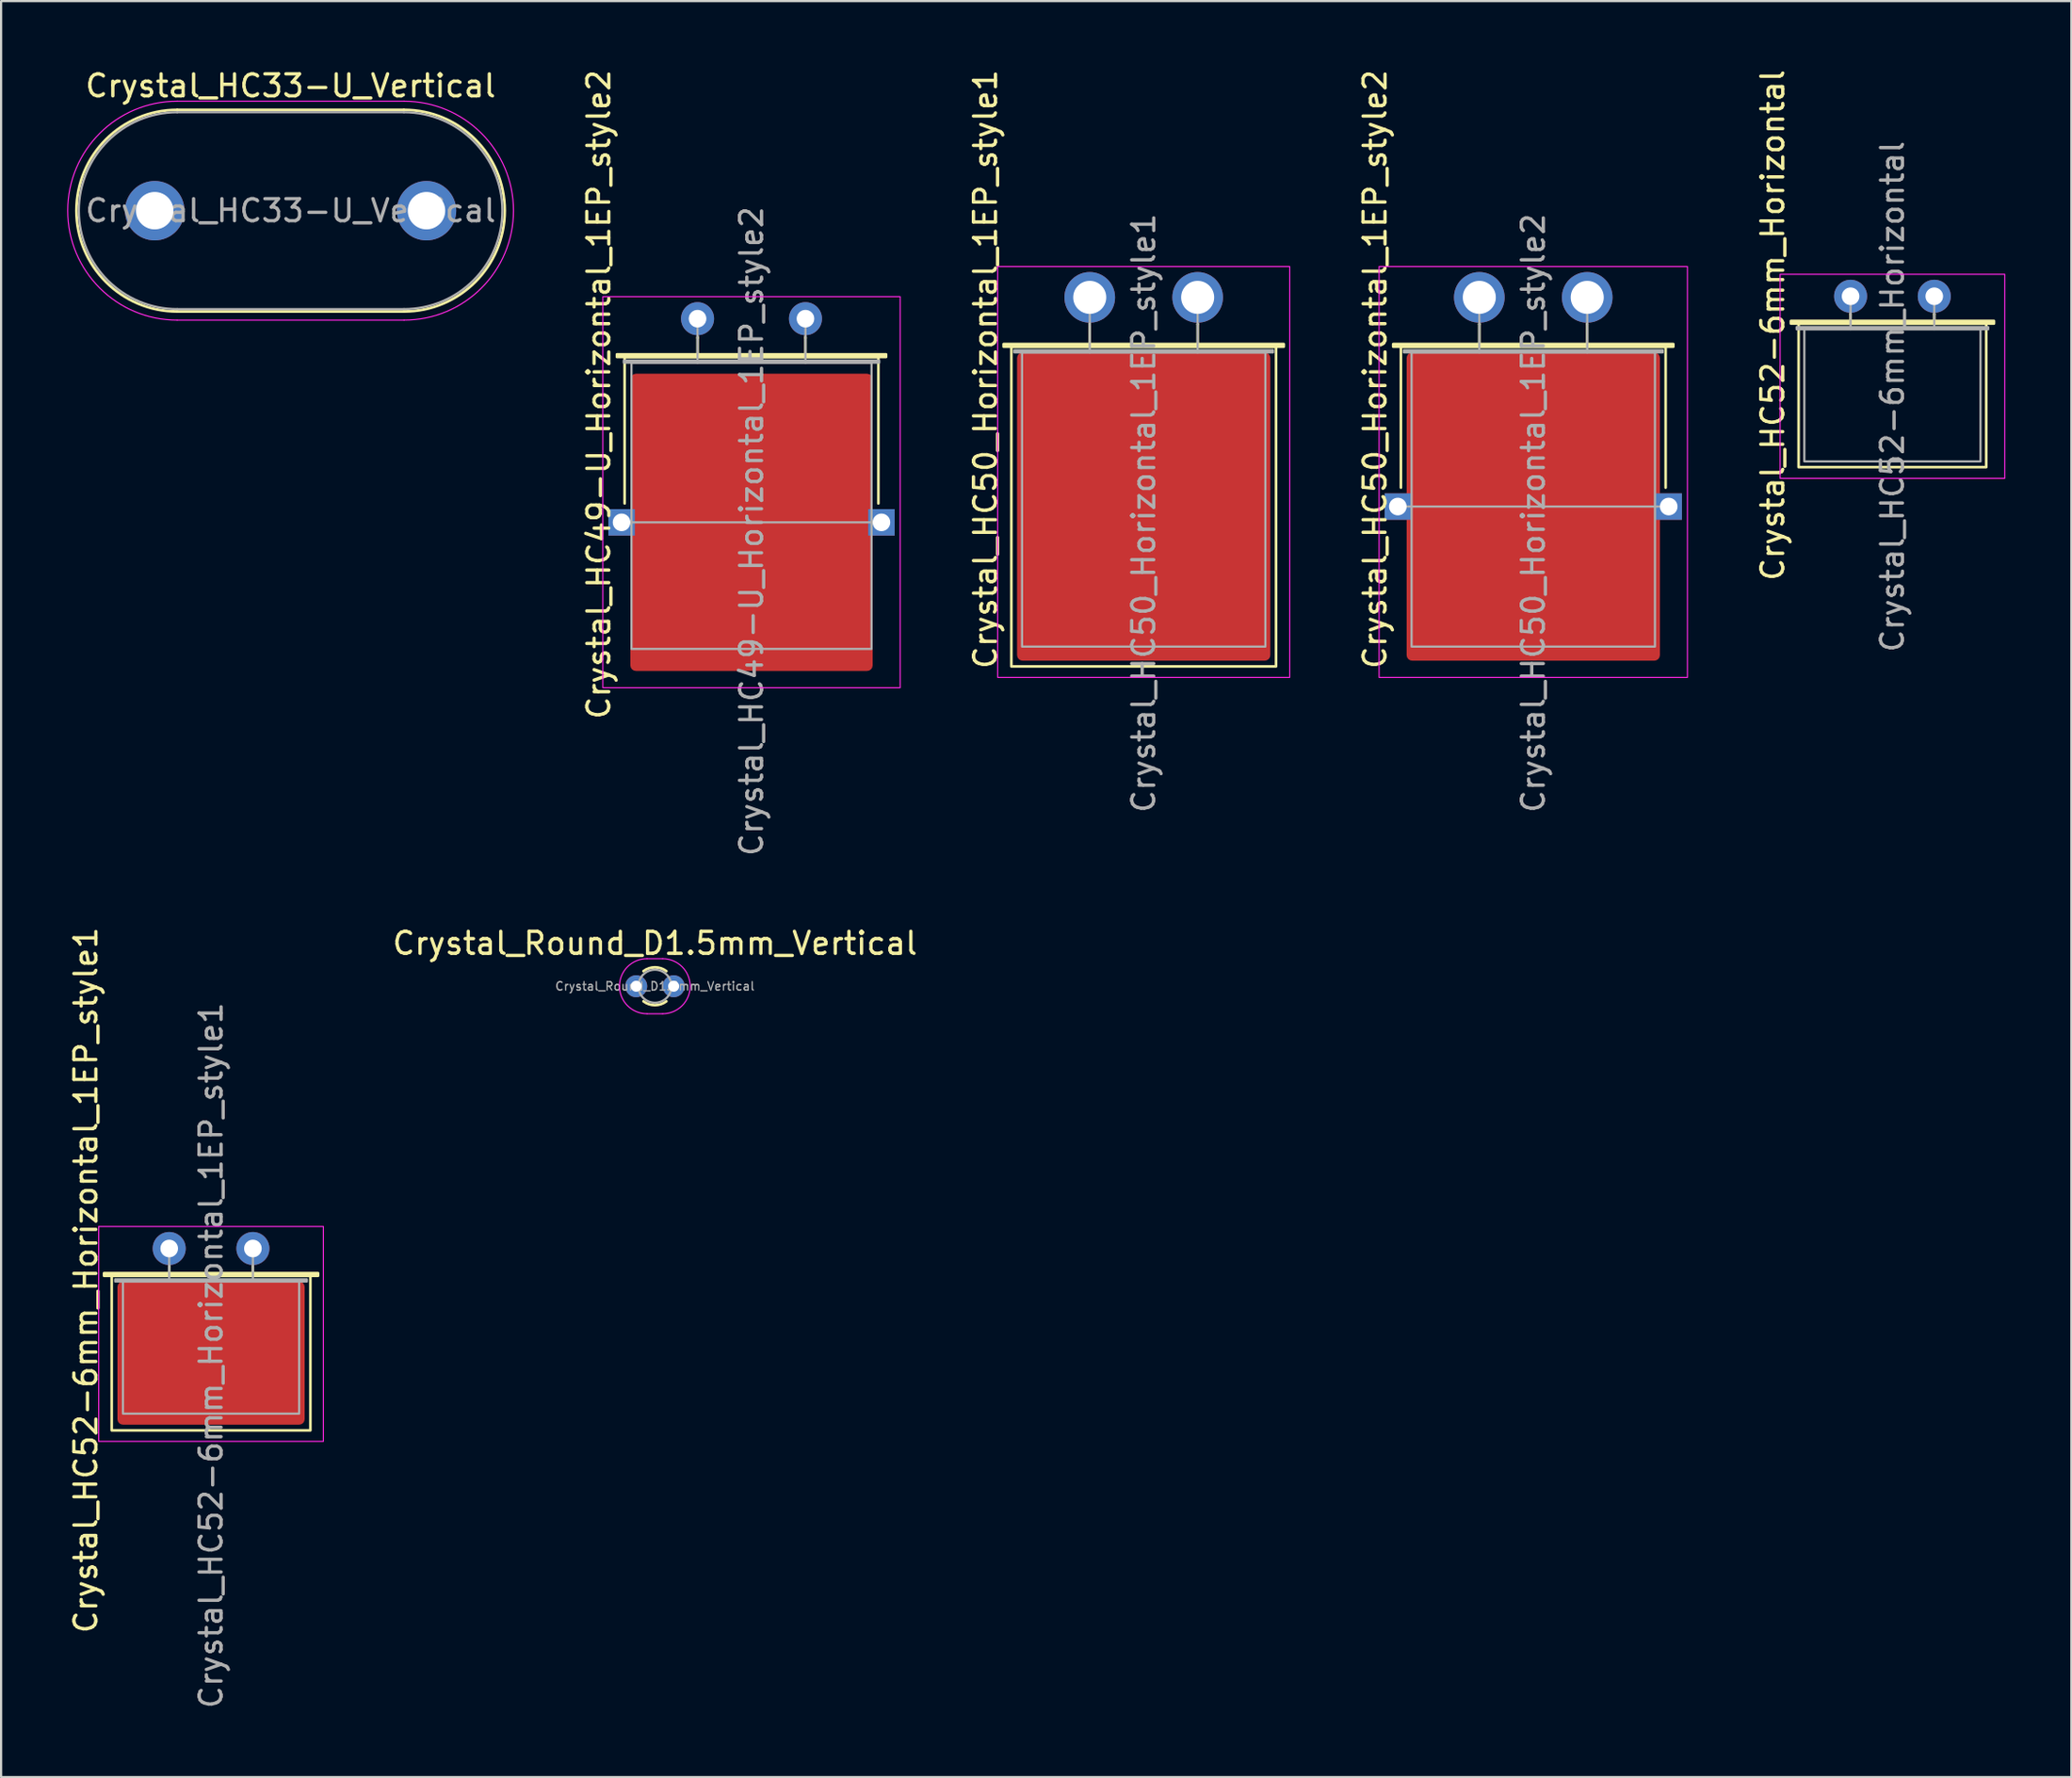
<source format=kicad_pcb>
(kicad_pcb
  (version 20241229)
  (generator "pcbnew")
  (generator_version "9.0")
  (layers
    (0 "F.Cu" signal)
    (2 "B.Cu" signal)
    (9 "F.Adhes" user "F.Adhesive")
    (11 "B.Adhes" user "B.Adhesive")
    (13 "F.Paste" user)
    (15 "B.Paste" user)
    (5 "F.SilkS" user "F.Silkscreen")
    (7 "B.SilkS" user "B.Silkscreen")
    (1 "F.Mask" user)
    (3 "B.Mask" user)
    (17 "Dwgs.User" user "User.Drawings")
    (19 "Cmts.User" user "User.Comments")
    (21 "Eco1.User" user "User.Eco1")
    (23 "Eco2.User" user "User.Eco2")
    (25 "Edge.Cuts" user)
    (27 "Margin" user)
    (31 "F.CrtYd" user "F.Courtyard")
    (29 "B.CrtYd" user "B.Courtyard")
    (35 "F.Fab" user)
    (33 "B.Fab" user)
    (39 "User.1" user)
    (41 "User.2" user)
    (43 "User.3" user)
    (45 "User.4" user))
  (footprint "Crystal_HC52-6mm_Horizontal"
    (layer "F.Cu")
    (at 80.978 10.405)
    (property "Reference" "Crystal_HC52-6mm_Horizontal" (at -3.535 1.315 90) (layer "F.SilkS") (effects (font (size 1 1) (thickness 0.15))))
    (attr through_hole)
    (fp_line (start 0 0.81) (end 0 0.81) (stroke (width 0.12) (type solid)) (layer "F.SilkS"))
    (fp_line (start 0 1.24) (end 0 0.81) (stroke (width 0.12) (type solid)) (layer "F.SilkS"))
    (fp_line (start 3.8 0.81) (end 3.8 0.81) (stroke (width 0.12) (type solid)) (layer "F.SilkS"))
    (fp_line (start 3.8 1.24) (end 3.8 0.81) (stroke (width 0.12) (type solid)) (layer "F.SilkS"))
    (fp_rect (start -2.71 1.24) (end 6.51 1.12) (stroke (width 0.12) (type solid)) (fill no) (layer "F.SilkS"))
    (fp_rect (start -2.36 1.24) (end 6.16 7.76) (stroke (width 0.12) (type solid)) (fill no) (layer "F.SilkS"))
    (fp_rect (start -3.2 -1) (end 7 8.27) (stroke (width 0.05) (type solid)) (fill no) (layer "F.CrtYd"))
    (fp_line (start 0 0.75) (end 0 0) (stroke (width 0.1) (type solid)) (layer "F.Fab"))
    (fp_line (start 0 1.5) (end 0 0.75) (stroke (width 0.1) (type solid)) (layer "F.Fab"))
    (fp_line (start 3.8 0.75) (end 3.8 0) (stroke (width 0.1) (type solid)) (layer "F.Fab"))
    (fp_line (start 3.8 1.5) (end 3.8 0.75) (stroke (width 0.1) (type solid)) (layer "F.Fab"))
    (fp_rect (start -2.45 1.5) (end 6.25 1.4) (stroke (width 0.1) (type solid)) (fill no) (layer "F.Fab"))
    (fp_rect (start -2.1 1.5) (end 5.9 7.5) (stroke (width 0.1) (type solid)) (fill no) (layer "F.Fab"))
    (fp_text user "${REFERENCE}" (at 1.9 4.556 90) (layer "F.Fab") (effects (font (size 1 1) (thickness 0.15))))
    (pad "1" thru_hole circle (at 0 0) (size 1.5 1.5) (drill 0.8) (layers "*.Cu" "*.Mask"))
    (pad "2" thru_hole circle (at 3.8 0) (size 1.5 1.5) (drill 0.8) (layers "*.Cu" "*.Mask")))
  (footprint "Crystal_HC50_Horizontal_1EP_style2"
    (layer "F.Cu")
    (at 64.12 10.455)
    (property "Reference" "Crystal_HC50_Horizontal_1EP_style2" (at -4.735 3.265 90) (layer "F.SilkS") (effects (font (size 1 1) (thickness 0.15))))
    (attr through_hole)
    (fp_line (start -3.56 2.24) (end 8.46 2.24) (stroke (width 0.12) (type solid)) (layer "F.SilkS"))
    (fp_line (start -3.56 8.64) (end -3.56 2.24) (stroke (width 0.12) (type solid)) (layer "F.SilkS"))
    (fp_line (start 0 1.21) (end 0 1.21) (stroke (width 0.12) (type solid)) (layer "F.SilkS"))
    (fp_line (start 0 2.24) (end 0 1.21) (stroke (width 0.12) (type solid)) (layer "F.SilkS"))
    (fp_line (start 4.9 1.21) (end 4.9 1.21) (stroke (width 0.12) (type solid)) (layer "F.SilkS"))
    (fp_line (start 4.9 2.24) (end 4.9 1.21) (stroke (width 0.12) (type solid)) (layer "F.SilkS"))
    (fp_line (start 8.46 2.24) (end 8.46 8.64) (stroke (width 0.12) (type solid)) (layer "F.SilkS"))
    (fp_rect (start -3.91 2.24) (end 8.81 2.12) (stroke (width 0.12) (type solid)) (fill no) (layer "F.SilkS"))
    (fp_rect (start -4.55 -1.4) (end 9.45 17.26) (stroke (width 0.05) (type solid)) (fill no) (layer "F.CrtYd"))
    (fp_line (start -3.7 9.5) (end 8.6 9.5) (stroke (width 0.1) (type solid)) (layer "F.Fab"))
    (fp_line (start 0 1.25) (end 0 0) (stroke (width 0.1) (type solid)) (layer "F.Fab"))
    (fp_line (start 0 2.5) (end 0 1.25) (stroke (width 0.1) (type solid)) (layer "F.Fab"))
    (fp_line (start 4.9 1.25) (end 4.9 0) (stroke (width 0.1) (type solid)) (layer "F.Fab"))
    (fp_line (start 4.9 2.5) (end 4.9 1.25) (stroke (width 0.1) (type solid)) (layer "F.Fab"))
    (fp_rect (start -3.425 2.5) (end 8.325 2.4) (stroke (width 0.1) (type solid)) (fill no) (layer "F.Fab"))
    (fp_rect (start -3.075 2.5) (end 7.975 15.86) (stroke (width 0.1) (type solid)) (fill no) (layer "F.Fab"))
    (fp_text user "${REFERENCE}" (at 2.45 9.796 90) (layer "F.Fab") (effects (font (size 1 1) (thickness 0.15))))
    (pad "1" thru_hole circle (at 0 0) (size 2.3 2.3) (drill 1.5) (layers "*.Cu" "*.Mask"))
    (pad "2" thru_hole circle (at 4.9 0) (size 2.3 2.3) (drill 1.5) (layers "*.Cu" "*.Mask"))
    (pad "3" thru_hole rect (at -3.7 9.5) (size 1.2 1.2) (drill 0.8) (layers "*.Cu" "*.Mask"))
    (pad "3" smd roundrect (at 2.45 9.5) (size 11.5 14) (layers "F.Cu" "F.Mask" "F.Paste") (roundrect_rratio 0.022))
    (pad "3" thru_hole rect (at 8.6 9.5) (size 1.2 1.2) (drill 0.8) (layers "*.Cu" "*.Mask")))
  (footprint "Crystal_HC49-U_Horizontal_1EP_style2"
    (layer "F.Cu")
    (at 28.623 11.423)
    (property "Reference" "Crystal_HC49-U_Horizontal_1EP_style2" (at -4.485 3.44 90) (layer "F.SilkS") (effects (font (size 1 1) (thickness 0.15))))
    (attr through_hole)
    (fp_line (start -3.31 1.74) (end 8.21 1.74) (stroke (width 0.12) (type solid)) (layer "F.SilkS"))
    (fp_line (start -3.31 8.39) (end -3.31 1.74) (stroke (width 0.12) (type solid)) (layer "F.SilkS"))
    (fp_line (start 0 0.87) (end 0 0.81) (stroke (width 0.12) (type solid)) (layer "F.SilkS"))
    (fp_line (start 0 1.74) (end 0 0.87) (stroke (width 0.12) (type solid)) (layer "F.SilkS"))
    (fp_line (start 4.9 0.87) (end 4.9 0.81) (stroke (width 0.12) (type solid)) (layer "F.SilkS"))
    (fp_line (start 4.9 1.74) (end 4.9 0.87) (stroke (width 0.12) (type solid)) (layer "F.SilkS"))
    (fp_line (start 8.21 1.74) (end 8.21 8.39) (stroke (width 0.12) (type solid)) (layer "F.SilkS"))
    (fp_rect (start -3.66 1.74) (end 8.56 1.62) (stroke (width 0.12) (type solid)) (fill no) (layer "F.SilkS"))
    (fp_rect (start -4.3 -1) (end 9.2 16.76) (stroke (width 0.05) (type solid)) (fill no) (layer "F.CrtYd"))
    (fp_line (start -3.45 9.25) (end 8.35 9.25) (stroke (width 0.1) (type solid)) (layer "F.Fab"))
    (fp_line (start 0 1) (end 0 0) (stroke (width 0.1) (type solid)) (layer "F.Fab"))
    (fp_line (start 0 2) (end 0 1) (stroke (width 0.1) (type solid)) (layer "F.Fab"))
    (fp_line (start 4.9 1) (end 4.9 0) (stroke (width 0.1) (type solid)) (layer "F.Fab"))
    (fp_line (start 4.9 2) (end 4.9 1) (stroke (width 0.1) (type solid)) (layer "F.Fab"))
    (fp_rect (start -3.35 2) (end 8.25 1.9) (stroke (width 0.1) (type solid)) (fill no) (layer "F.Fab"))
    (fp_rect (start -3 2) (end 7.9 15) (stroke (width 0.1) (type solid)) (fill no) (layer "F.Fab"))
    (fp_text user "${REFERENCE}" (at 2.45 9.656 90) (layer "F.Fab") (effects (font (size 1 1) (thickness 0.15))))
    (pad "1" thru_hole circle (at 0 0) (size 1.5 1.5) (drill 0.8) (layers "*.Cu" "*.Mask"))
    (pad "2" thru_hole circle (at 4.9 0) (size 1.5 1.5) (drill 0.8) (layers "*.Cu" "*.Mask"))
    (pad "3" thru_hole rect (at -3.45 9.25) (size 1.2 1.2) (drill 0.8) (layers "*.Cu" "*.Mask"))
    (pad "3" smd roundrect (at 2.45 9.25) (size 11 13.5) (layers "F.Cu" "F.Mask" "F.Paste") (roundrect_rratio 0.023))
    (pad "3" thru_hole rect (at 8.35 9.25) (size 1.2 1.2) (drill 0.8) (layers "*.Cu" "*.Mask")))
  (footprint "Crystal_HC52-6mm_Horizontal_1EP_style1"
    (layer "F.Cu")
    (at 4.633 53.651)
    (property "Reference" "Crystal_HC52-6mm_Horizontal_1EP_style1" (at -3.785 1.44 90) (layer "F.SilkS") (effects (font (size 1 1) (thickness 0.15))))
    (attr through_hole)
    (fp_line (start 0 0.81) (end 0 0.81) (stroke (width 0.12) (type solid)) (layer "F.SilkS"))
    (fp_line (start 0 1.24) (end 0 0.81) (stroke (width 0.12) (type solid)) (layer "F.SilkS"))
    (fp_line (start 3.8 0.81) (end 3.8 0.81) (stroke (width 0.12) (type solid)) (layer "F.SilkS"))
    (fp_line (start 3.8 1.24) (end 3.8 0.81) (stroke (width 0.12) (type solid)) (layer "F.SilkS"))
    (fp_rect (start -2.96 1.24) (end 6.76 1.12) (stroke (width 0.12) (type solid)) (fill no) (layer "F.SilkS"))
    (fp_rect (start -2.61 1.24) (end 6.41 8.26) (stroke (width 0.12) (type solid)) (fill no) (layer "F.SilkS"))
    (fp_rect (start -3.2 -1) (end 7 8.76) (stroke (width 0.05) (type solid)) (fill no) (layer "F.CrtYd"))
    (fp_line (start 0 0.75) (end 0 0) (stroke (width 0.1) (type solid)) (layer "F.Fab"))
    (fp_line (start 0 1.5) (end 0 0.75) (stroke (width 0.1) (type solid)) (layer "F.Fab"))
    (fp_line (start 3.8 0.75) (end 3.8 0) (stroke (width 0.1) (type solid)) (layer "F.Fab"))
    (fp_line (start 3.8 1.5) (end 3.8 0.75) (stroke (width 0.1) (type solid)) (layer "F.Fab"))
    (fp_rect (start -2.45 1.5) (end 6.25 1.4) (stroke (width 0.1) (type solid)) (fill no) (layer "F.Fab"))
    (fp_rect (start -2.1 1.5) (end 5.9 7.5) (stroke (width 0.1) (type solid)) (fill no) (layer "F.Fab"))
    (fp_text user "${REFERENCE}" (at 1.9 4.856 90) (layer "F.Fab") (effects (font (size 1 1) (thickness 0.15))))
    (pad "1" thru_hole circle (at 0 0) (size 1.5 1.5) (drill 0.8) (layers "*.Cu" "*.Mask"))
    (pad "2" thru_hole circle (at 3.8 0) (size 1.5 1.5) (drill 0.8) (layers "*.Cu" "*.Mask"))
    (pad "3" smd roundrect (at 1.9 4.75) (size 8.5 6.5) (layers "F.Cu" "F.Mask" "F.Paste") (roundrect_rratio 0.038)))
  (footprint "Crystal_Round_D1.5mm_Vertical"
    (layer "F.Cu")
    (at 25.838 41.74)
    (property "Reference" "Crystal_Round_D1.5mm_Vertical" (at 0.85 -1.95 0) (layer "F.SilkS") (effects (font (size 1 1) (thickness 0.15))))
    (attr through_hole)
    (fp_arc (start 0.33 -0.685) (mid 0.85 -0.86) (end 1.37 -0.685) (stroke (width 0.12) (type solid)) (layer "F.SilkS"))
    (fp_arc (start 1.37 0.685) (mid 0.85 0.86) (end 0.33 0.685) (stroke (width 0.12) (type solid)) (layer "F.SilkS"))
    (fp_line (start 0.49 -1.25) (end 1.2 -1.25) (stroke (width 0.05) (type solid)) (layer "F.CrtYd"))
    (fp_line (start 0.49 1.25) (end 1.2 1.25) (stroke (width 0.05) (type solid)) (layer "F.CrtYd"))
    (fp_arc (start 0.49 1.25) (mid -0.76 0) (end 0.49 -1.25) (stroke (width 0.05) (type solid)) (layer "F.CrtYd"))
    (fp_arc (start 1.2 -1.25) (mid 2.45 0) (end 1.2 1.25) (stroke (width 0.05) (type solid)) (layer "F.CrtYd"))
    (fp_circle (center 0.85 0) (end 1.6 0) (stroke (width 0.1) (type solid)) (fill no) (layer "F.Fab"))
    (fp_text user "${REFERENCE}" (at 0.85 0 0) (layer "F.Fab") (effects (font (size 0.38 0.38) (thickness 0.06))))
    (pad "1" thru_hole circle (at 0 0) (size 1 1) (drill 0.5) (layers "*.Cu" "*.Mask"))
    (pad "2" thru_hole circle (at 1.7 0) (size 1 1) (drill 0.5) (layers "*.Cu" "*.Mask")))
  (footprint "Crystal_HC33-U_Vertical"
    (layer "F.Cu")
    (at 3.975 6.518)
    (property "Reference" "Crystal_HC33-U_Vertical" (at 6.17 -5.67 0) (layer "F.SilkS") (effects (font (size 1 1) (thickness 0.15))))
    (attr through_hole)
    (fp_line (start 1.025 -4.58) (end 11.315 -4.58) (stroke (width 0.12) (type solid)) (layer "F.SilkS"))
    (fp_line (start 1.025 4.58) (end 11.315 4.58) (stroke (width 0.12) (type solid)) (layer "F.SilkS"))
    (fp_arc (start 1.025 4.58) (mid -3.555 0) (end 1.025 -4.58) (stroke (width 0.12) (type solid)) (layer "F.SilkS"))
    (fp_arc (start 11.315 -4.58) (mid 15.895 0) (end 11.315 4.58) (stroke (width 0.12) (type solid)) (layer "F.SilkS"))
    (fp_line (start 1.02 -4.97) (end 11.32 -4.97) (stroke (width 0.05) (type solid)) (layer "F.CrtYd"))
    (fp_line (start 1.02 4.97) (end 11.32 4.97) (stroke (width 0.05) (type solid)) (layer "F.CrtYd"))
    (fp_arc (start 1.02 4.97) (mid -3.95 0) (end 1.02 -4.97) (stroke (width 0.05) (type solid)) (layer "F.CrtYd"))
    (fp_arc (start 11.32 -4.97) (mid 16.29 0) (end 11.32 4.97) (stroke (width 0.05) (type solid)) (layer "F.CrtYd"))
    (fp_line (start 1.025 -4.47) (end 11.315 -4.47) (stroke (width 0.1) (type solid)) (layer "F.Fab"))
    (fp_line (start 1.025 4.47) (end 11.315 4.47) (stroke (width 0.1) (type solid)) (layer "F.Fab"))
    (fp_arc (start 1.025 4.47) (mid -3.445 0) (end 1.025 -4.47) (stroke (width 0.1) (type solid)) (layer "F.Fab"))
    (fp_arc (start 11.315 -4.47) (mid 15.785 0) (end 11.315 4.47) (stroke (width 0.1) (type solid)) (layer "F.Fab"))
    (fp_text user "${REFERENCE}" (at 6.17 0 0) (layer "F.Fab") (effects (font (size 1 1) (thickness 0.15))))
    (pad "1" thru_hole circle (at 0 0) (size 2.7 2.7) (drill 1.7) (layers "*.Cu" "*.Mask"))
    (pad "2" thru_hole circle (at 12.34 0) (size 2.7 2.7) (drill 1.7) (layers "*.Cu" "*.Mask")))
  (footprint "Crystal_HC50_Horizontal_1EP_style1"
    (layer "F.Cu")
    (at 46.431 10.455)
    (property "Reference" "Crystal_HC50_Horizontal_1EP_style1" (at -4.735 3.265 90) (layer "F.SilkS") (effects (font (size 1 1) (thickness 0.15))))
    (attr through_hole)
    (fp_line (start 0 1.21) (end 0 1.21) (stroke (width 0.12) (type solid)) (layer "F.SilkS"))
    (fp_line (start 0 2.24) (end 0 1.21) (stroke (width 0.12) (type solid)) (layer "F.SilkS"))
    (fp_line (start 4.9 1.21) (end 4.9 1.21) (stroke (width 0.12) (type solid)) (layer "F.SilkS"))
    (fp_line (start 4.9 2.24) (end 4.9 1.21) (stroke (width 0.12) (type solid)) (layer "F.SilkS"))
    (fp_rect (start -3.91 2.24) (end 8.81 2.12) (stroke (width 0.12) (type solid)) (fill no) (layer "F.SilkS"))
    (fp_rect (start -3.56 2.24) (end 8.46 16.76) (stroke (width 0.12) (type solid)) (fill no) (layer "F.SilkS"))
    (fp_rect (start -4.18 -1.4) (end 9.08 17.26) (stroke (width 0.05) (type solid)) (fill no) (layer "F.CrtYd"))
    (fp_line (start 0 1.25) (end 0 0) (stroke (width 0.1) (type solid)) (layer "F.Fab"))
    (fp_line (start 0 2.5) (end 0 1.25) (stroke (width 0.1) (type solid)) (layer "F.Fab"))
    (fp_line (start 4.9 1.25) (end 4.9 0) (stroke (width 0.1) (type solid)) (layer "F.Fab"))
    (fp_line (start 4.9 2.5) (end 4.9 1.25) (stroke (width 0.1) (type solid)) (layer "F.Fab"))
    (fp_rect (start -3.425 2.5) (end 8.325 2.4) (stroke (width 0.1) (type solid)) (fill no) (layer "F.Fab"))
    (fp_rect (start -3.075 2.5) (end 7.975 15.86) (stroke (width 0.1) (type solid)) (fill no) (layer "F.Fab"))
    (fp_text user "${REFERENCE}" (at 2.45 9.796 90) (layer "F.Fab") (effects (font (size 1 1) (thickness 0.15))))
    (pad "1" thru_hole circle (at 0 0) (size 2.3 2.3) (drill 1.5) (layers "*.Cu" "*.Mask"))
    (pad "2" thru_hole circle (at 4.9 0) (size 2.3 2.3) (drill 1.5) (layers "*.Cu" "*.Mask"))
    (pad "3" smd roundrect (at 2.45 9.5) (size 11.5 14) (layers "F.Cu" "F.Mask" "F.Paste") (roundrect_rratio 0.022)))
  (gr_rect
    (start -3 -3)
    (end 91.003 77.656)
    (stroke (width 0.1) (type default))
    (fill no)
    (layer "Edge.Cuts")))
</source>
